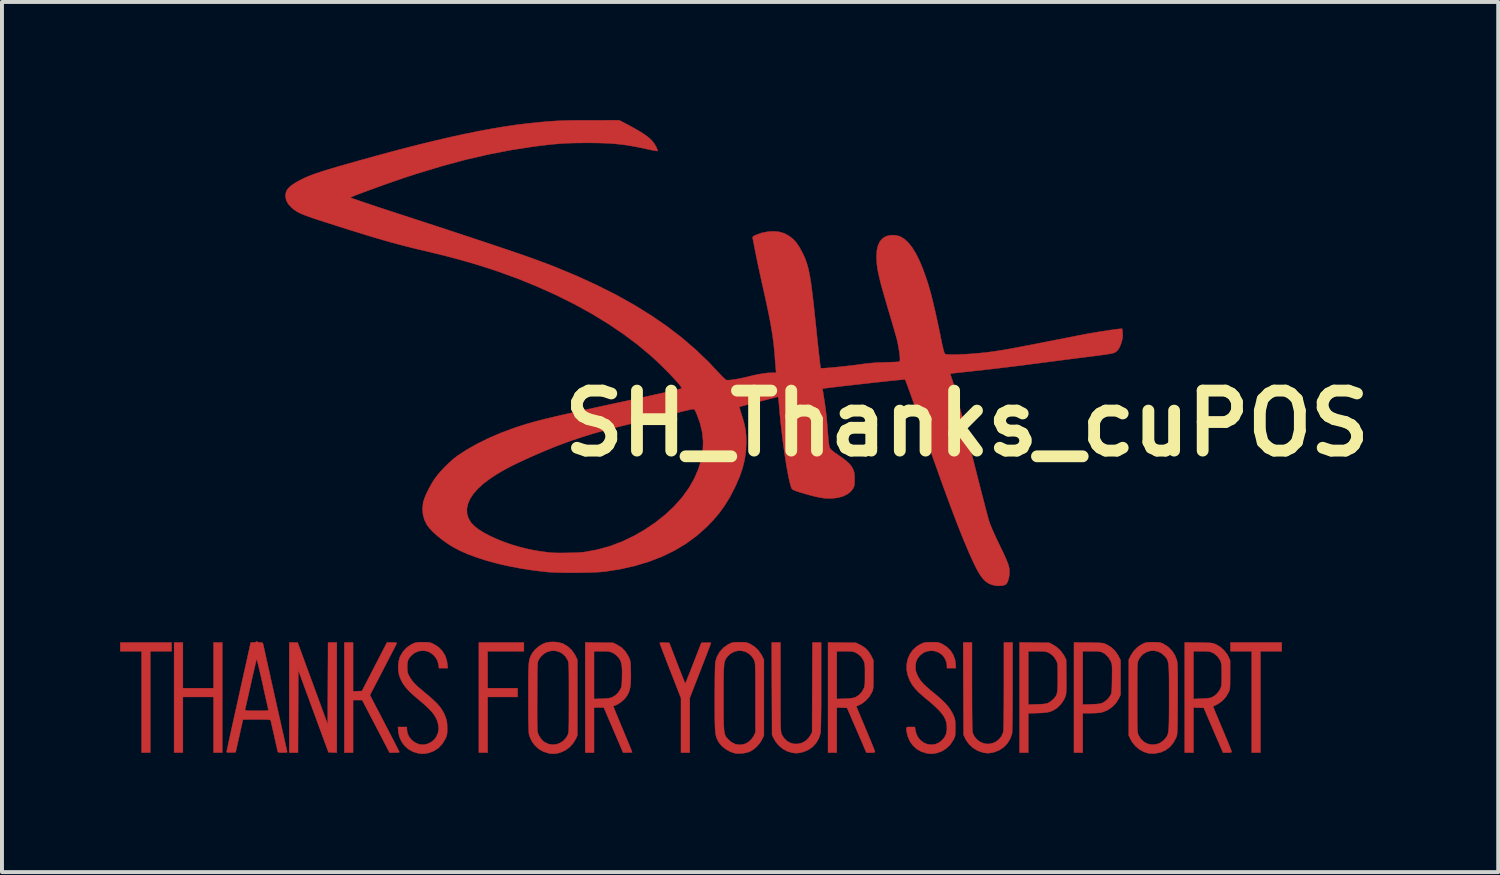
<source format=kicad_pcb>
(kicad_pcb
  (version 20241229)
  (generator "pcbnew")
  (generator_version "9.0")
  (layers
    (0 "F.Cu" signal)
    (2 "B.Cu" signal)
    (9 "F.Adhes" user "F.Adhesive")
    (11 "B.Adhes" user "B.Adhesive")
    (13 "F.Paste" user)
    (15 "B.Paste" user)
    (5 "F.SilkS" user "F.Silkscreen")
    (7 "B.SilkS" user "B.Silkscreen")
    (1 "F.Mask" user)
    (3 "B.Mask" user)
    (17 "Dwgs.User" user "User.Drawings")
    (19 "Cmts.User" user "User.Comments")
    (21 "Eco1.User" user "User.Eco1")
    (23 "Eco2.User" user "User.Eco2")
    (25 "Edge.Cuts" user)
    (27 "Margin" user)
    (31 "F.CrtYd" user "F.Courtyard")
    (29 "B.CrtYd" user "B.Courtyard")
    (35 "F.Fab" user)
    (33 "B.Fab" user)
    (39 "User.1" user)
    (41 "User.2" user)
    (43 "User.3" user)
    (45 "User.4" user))
  (footprint "SH_Thanks_cuPOS"
    (layer "F.Cu")
    (at 21.511 7.706)
    (property "Reference" "SH_Thanks_cuPOS" (at 0 0 0) (layer "F.SilkS") (effects (font (size 1.524 1.524) (thickness 0.3))))
    (attr through_hole)
    (fp_poly (pts (xy -20.202 5.786) (xy -20.743 5.786) (xy -20.743 8.361) (xy -20.965 8.361) (xy -20.965 5.786) (xy -21.506 5.786) (xy -21.506 5.563) (xy -20.202 5.563) (xy -20.202 5.786)) (stroke (width 0.01) (type solid)) (fill yes) (layer "F.Cu"))
    (fp_poly (pts (xy 7.995 5.786) (xy 7.455 5.786) (xy 7.455 8.361) (xy 7.232 8.361) (xy 7.232 5.786) (xy 6.692 5.786) (xy 6.692 5.563) (xy 7.995 5.563) (xy 7.995 5.786)) (stroke (width 0.01) (type solid)) (fill yes) (layer "F.Cu"))
    (fp_poly (pts (xy -11.254 5.786) (xy -12.175 5.786) (xy -12.175 6.724) (xy -11.413 6.724) (xy -11.413 6.946) (xy -12.175 6.946) (xy -12.175 8.361) (xy -12.398 8.361) (xy -12.398 5.563) (xy -11.254 5.563) (xy -11.254 5.786)) (stroke (width 0.01) (type solid)) (fill yes) (layer "F.Cu"))
    (fp_poly (pts (xy -19.916 6.724) (xy -19.137 6.724) (xy -19.137 5.563) (xy -18.915 5.563) (xy -18.915 8.361) (xy -19.137 8.361) (xy -19.137 6.946) (xy -19.916 6.946) (xy -19.916 8.361) (xy -20.139 8.361) (xy -20.139 5.563) (xy -19.916 5.563) (xy -19.916 6.724)) (stroke (width 0.01) (type solid)) (fill yes) (layer "F.Cu"))
    (fp_poly (pts (xy -16.006 8.362) (xy -16.218 8.353) (xy -16.601 7.31) (xy -16.984 6.268) (xy -16.992 8.361) (xy -17.214 8.361) (xy -17.214 5.563) (xy -17.107 5.563) (xy -17 5.564) (xy -16.618 6.604) (xy -16.237 7.644) (xy -16.233 6.603) (xy -16.228 5.563) (xy -16.006 5.563) (xy -16.006 8.362)) (stroke (width 0.01) (type solid)) (fill yes) (layer "F.Cu"))
    (fp_poly (pts (xy -15.593 6.804) (xy -15.48 6.8) (xy -15.368 6.795) (xy -14.732 5.563) (xy -14.604 5.563) (xy -14.541 5.564) (xy -14.504 5.567) (xy -14.487 5.573) (xy -14.485 5.585) (xy -14.487 5.591) (xy -14.497 5.611) (xy -14.519 5.655) (xy -14.553 5.722) (xy -14.598 5.808) (xy -14.651 5.911) (xy -14.711 6.027) (xy -14.776 6.153) (xy -14.831 6.259) (xy -15.164 6.9) (xy -14.791 7.617) (xy -14.718 7.757) (xy -14.65 7.888) (xy -14.588 8.008) (xy -14.533 8.114) (xy -14.488 8.204) (xy -14.452 8.274) (xy -14.428 8.322) (xy -14.417 8.346) (xy -14.417 8.348) (xy -14.431 8.354) (xy -14.47 8.358) (xy -14.525 8.361) (xy -14.541 8.361) (xy -14.666 8.361) (xy -15.014 7.694) (xy -15.362 7.026) (xy -15.593 7.026) (xy -15.593 8.361) (xy -15.815 8.361) (xy -15.815 5.563) (xy -15.593 5.563) (xy -15.593 6.804)) (stroke (width 0.01) (type solid)) (fill yes) (layer "F.Cu"))
    (fp_poly (pts (xy -6.523 5.568) (xy -6.502 5.572) (xy -6.501 5.573) (xy -6.507 5.59) (xy -6.523 5.633) (xy -6.548 5.7) (xy -6.582 5.788) (xy -6.622 5.894) (xy -6.669 6.014) (xy -6.72 6.146) (xy -6.771 6.278) (xy -7.041 6.97) (xy -7.041 8.361) (xy -7.264 8.361) (xy -7.264 6.978) (xy -7.534 6.285) (xy -7.589 6.145) (xy -7.64 6.013) (xy -7.686 5.893) (xy -7.726 5.788) (xy -7.759 5.701) (xy -7.784 5.635) (xy -7.8 5.593) (xy -7.804 5.577) (xy -7.79 5.57) (xy -7.749 5.566) (xy -7.688 5.566) (xy -7.683 5.567) (xy -7.561 5.571) (xy -7.361 6.091) (xy -7.315 6.211) (xy -7.271 6.321) (xy -7.233 6.418) (xy -7.2 6.498) (xy -7.175 6.557) (xy -7.159 6.593) (xy -7.153 6.602) (xy -7.146 6.586) (xy -7.128 6.544) (xy -7.102 6.479) (xy -7.068 6.394) (xy -7.028 6.294) (xy -6.984 6.181) (xy -6.946 6.083) (xy -6.747 5.571) (xy -6.624 5.567) (xy -6.566 5.566) (xy -6.523 5.568)) (stroke (width 0.01) (type solid)) (fill yes) (layer "F.Cu"))
    (fp_poly (pts (xy -4.736 6.696) (xy -4.736 6.913) (xy -4.736 7.101) (xy -4.736 7.261) (xy -4.735 7.397) (xy -4.734 7.51) (xy -4.733 7.603) (xy -4.732 7.678) (xy -4.73 7.737) (xy -4.727 7.783) (xy -4.724 7.819) (xy -4.721 7.845) (xy -4.716 7.865) (xy -4.711 7.882) (xy -4.705 7.896) (xy -4.704 7.9) (xy -4.645 7.996) (xy -4.57 8.067) (xy -4.483 8.115) (xy -4.388 8.139) (xy -4.291 8.139) (xy -4.195 8.115) (xy -4.105 8.067) (xy -4.027 7.994) (xy -3.969 7.91) (xy -3.934 7.844) (xy -3.93 6.704) (xy -3.925 5.563) (xy -3.704 5.563) (xy -3.704 6.675) (xy -3.704 6.931) (xy -3.704 7.155) (xy -3.706 7.348) (xy -3.708 7.511) (xy -3.71 7.644) (xy -3.713 7.746) (xy -3.716 7.819) (xy -3.72 7.863) (xy -3.721 7.871) (xy -3.764 8.003) (xy -3.833 8.12) (xy -3.925 8.218) (xy -4.036 8.295) (xy -4.163 8.346) (xy -4.22 8.359) (xy -4.284 8.37) (xy -4.334 8.374) (xy -4.384 8.371) (xy -4.449 8.361) (xy -4.452 8.36) (xy -4.567 8.326) (xy -4.678 8.265) (xy -4.778 8.182) (xy -4.861 8.082) (xy -4.908 7.999) (xy -4.951 7.908) (xy -4.956 6.735) (xy -4.96 5.563) (xy -4.737 5.563) (xy -4.736 6.696)) (stroke (width 0.01) (type solid)) (fill yes) (layer "F.Cu"))
    (fp_poly (pts (xy 0.127 6.68) (xy 0.128 6.922) (xy 0.128 7.139) (xy 0.129 7.328) (xy 0.131 7.49) (xy 0.133 7.624) (xy 0.136 7.728) (xy 0.139 7.802) (xy 0.142 7.846) (xy 0.144 7.856) (xy 0.185 7.946) (xy 0.25 8.025) (xy 0.333 8.087) (xy 0.428 8.128) (xy 0.524 8.142) (xy 0.63 8.129) (xy 0.729 8.088) (xy 0.813 8.024) (xy 0.879 7.942) (xy 0.92 7.845) (xy 0.921 7.841) (xy 0.925 7.809) (xy 0.928 7.746) (xy 0.931 7.652) (xy 0.933 7.527) (xy 0.935 7.372) (xy 0.937 7.188) (xy 0.937 6.974) (xy 0.938 6.731) (xy 0.938 6.669) (xy 0.938 5.563) (xy 1.16 5.563) (xy 1.16 6.688) (xy 1.16 6.908) (xy 1.159 7.111) (xy 1.158 7.294) (xy 1.156 7.455) (xy 1.154 7.594) (xy 1.152 7.707) (xy 1.15 7.794) (xy 1.147 7.853) (xy 1.144 7.881) (xy 1.098 8.01) (xy 1.027 8.125) (xy 0.933 8.223) (xy 0.821 8.298) (xy 0.695 8.348) (xy 0.645 8.359) (xy 0.578 8.37) (xy 0.527 8.374) (xy 0.478 8.37) (xy 0.416 8.359) (xy 0.397 8.355) (xy 0.271 8.312) (xy 0.155 8.241) (xy 0.054 8.149) (xy -0.025 8.038) (xy -0.045 7.999) (xy -0.087 7.908) (xy -0.092 6.735) (xy -0.096 5.563) (xy 0.127 5.563) (xy 0.127 6.68)) (stroke (width 0.01) (type solid)) (fill yes) (layer "F.Cu"))
    (fp_poly (pts (xy 3.088 5.566) (xy 3.206 5.568) (xy 3.297 5.57) (xy 3.365 5.572) (xy 3.416 5.576) (xy 3.455 5.581) (xy 3.486 5.588) (xy 3.513 5.598) (xy 3.542 5.611) (xy 3.548 5.614) (xy 3.662 5.684) (xy 3.762 5.778) (xy 3.839 5.889) (xy 3.851 5.911) (xy 3.902 6.016) (xy 3.902 6.89) (xy 3.86 6.981) (xy 3.789 7.096) (xy 3.695 7.195) (xy 3.582 7.274) (xy 3.458 7.328) (xy 3.405 7.342) (xy 3.354 7.349) (xy 3.282 7.355) (xy 3.199 7.358) (xy 3.131 7.359) (xy 2.941 7.359) (xy 2.941 8.361) (xy 2.718 8.361) (xy 2.718 7.14) (xy 2.941 7.14) (xy 3.159 7.134) (xy 3.274 7.128) (xy 3.359 7.12) (xy 3.417 7.108) (xy 3.434 7.102) (xy 3.514 7.054) (xy 3.588 6.987) (xy 3.643 6.911) (xy 3.645 6.908) (xy 3.656 6.885) (xy 3.665 6.86) (xy 3.671 6.83) (xy 3.676 6.789) (xy 3.679 6.733) (xy 3.682 6.657) (xy 3.684 6.556) (xy 3.685 6.481) (xy 3.686 6.364) (xy 3.687 6.275) (xy 3.686 6.207) (xy 3.684 6.157) (xy 3.68 6.12) (xy 3.673 6.091) (xy 3.664 6.065) (xy 3.652 6.037) (xy 3.652 6.036) (xy 3.592 5.938) (xy 3.515 5.861) (xy 3.442 5.815) (xy 3.408 5.803) (xy 3.368 5.795) (xy 3.314 5.789) (xy 3.241 5.787) (xy 3.159 5.786) (xy 2.941 5.786) (xy 2.941 7.14) (xy 2.718 7.14) (xy 2.718 5.562) (xy 3.088 5.566)) (stroke (width 0.01) (type solid)) (fill yes) (layer "F.Cu"))
    (fp_poly (pts (xy 1.713 5.566) (xy 2.09 5.571) (xy 2.182 5.618) (xy 2.289 5.688) (xy 2.385 5.78) (xy 2.461 5.886) (xy 2.473 5.908) (xy 2.519 6) (xy 2.525 6.406) (xy 2.526 6.565) (xy 2.525 6.695) (xy 2.521 6.796) (xy 2.516 6.867) (xy 2.512 6.894) (xy 2.481 6.981) (xy 2.429 7.072) (xy 2.363 7.156) (xy 2.291 7.223) (xy 2.288 7.225) (xy 2.223 7.269) (xy 2.162 7.302) (xy 2.098 7.325) (xy 2.023 7.34) (xy 1.931 7.35) (xy 1.814 7.355) (xy 1.8 7.356) (xy 1.558 7.363) (xy 1.558 8.361) (xy 1.335 8.361) (xy 1.335 7.141) (xy 1.558 7.141) (xy 1.784 7.134) (xy 1.879 7.13) (xy 1.948 7.125) (xy 1.999 7.119) (xy 2.037 7.109) (xy 2.068 7.096) (xy 2.074 7.093) (xy 2.125 7.061) (xy 2.177 7.018) (xy 2.197 6.999) (xy 2.229 6.964) (xy 2.254 6.931) (xy 2.273 6.895) (xy 2.287 6.852) (xy 2.296 6.797) (xy 2.301 6.726) (xy 2.304 6.634) (xy 2.305 6.517) (xy 2.305 6.457) (xy 2.305 6.34) (xy 2.304 6.251) (xy 2.303 6.183) (xy 2.3 6.134) (xy 2.295 6.097) (xy 2.288 6.068) (xy 2.279 6.043) (xy 2.266 6.016) (xy 2.264 6.012) (xy 2.203 5.919) (xy 2.12 5.849) (xy 2.058 5.815) (xy 2.025 5.803) (xy 1.985 5.795) (xy 1.931 5.789) (xy 1.857 5.787) (xy 1.776 5.786) (xy 1.558 5.786) (xy 1.558 7.141) (xy 1.335 7.141) (xy 1.335 5.561) (xy 1.713 5.566)) (stroke (width 0.01) (type solid)) (fill yes) (layer "F.Cu"))
    (fp_poly (pts (xy -3.175 5.566) (xy -2.821 5.571) (xy -2.718 5.62) (xy -2.652 5.657) (xy -2.587 5.703) (xy -2.545 5.74) (xy -2.5 5.793) (xy -2.455 5.859) (xy -2.425 5.913) (xy -2.376 6.016) (xy -2.376 6.382) (xy -2.376 6.499) (xy -2.377 6.589) (xy -2.378 6.657) (xy -2.381 6.707) (xy -2.386 6.745) (xy -2.393 6.775) (xy -2.402 6.802) (xy -2.415 6.83) (xy -2.419 6.838) (xy -2.486 6.948) (xy -2.575 7.045) (xy -2.679 7.122) (xy -2.711 7.138) (xy -2.81 7.187) (xy -2.746 7.341) (xy -2.722 7.397) (xy -2.689 7.478) (xy -2.648 7.576) (xy -2.602 7.686) (xy -2.553 7.802) (xy -2.509 7.907) (xy -2.464 8.015) (xy -2.424 8.113) (xy -2.389 8.199) (xy -2.362 8.268) (xy -2.344 8.316) (xy -2.337 8.339) (xy -2.337 8.34) (xy -2.347 8.352) (xy -2.381 8.359) (xy -2.443 8.361) (xy -2.446 8.361) (xy -2.555 8.361) (xy -2.8 7.792) (xy -3.046 7.224) (xy -3.176 7.22) (xy -3.306 7.215) (xy -3.306 8.361) (xy -3.529 8.361) (xy -3.529 6.998) (xy -3.306 6.998) (xy -3.103 6.99) (xy -2.997 6.985) (xy -2.917 6.976) (xy -2.86 6.964) (xy -2.837 6.956) (xy -2.748 6.901) (xy -2.672 6.821) (xy -2.629 6.747) (xy -2.615 6.717) (xy -2.605 6.687) (xy -2.599 6.653) (xy -2.594 6.609) (xy -2.592 6.548) (xy -2.591 6.466) (xy -2.591 6.381) (xy -2.591 6.278) (xy -2.592 6.202) (xy -2.595 6.145) (xy -2.599 6.104) (xy -2.606 6.072) (xy -2.617 6.044) (xy -2.631 6.013) (xy -2.632 6.012) (xy -2.693 5.919) (xy -2.775 5.849) (xy -2.837 5.815) (xy -2.873 5.802) (xy -2.916 5.794) (xy -2.973 5.789) (xy -3.052 5.786) (xy -3.103 5.786) (xy -3.306 5.786) (xy -3.306 6.998) (xy -3.529 6.998) (xy -3.529 5.562) (xy -3.175 5.566)) (stroke (width 0.01) (type solid)) (fill yes) (layer "F.Cu"))
    (fp_poly (pts (xy -8.988 5.571) (xy -8.883 5.623) (xy -8.769 5.695) (xy -8.676 5.791) (xy -8.601 5.911) (xy -8.594 5.926) (xy -8.576 5.965) (xy -8.563 5.998) (xy -8.554 6.033) (xy -8.548 6.073) (xy -8.544 6.127) (xy -8.541 6.199) (xy -8.538 6.296) (xy -8.538 6.316) (xy -8.537 6.464) (xy -8.541 6.585) (xy -8.551 6.685) (xy -8.569 6.769) (xy -8.595 6.842) (xy -8.631 6.908) (xy -8.677 6.974) (xy -8.684 6.982) (xy -8.731 7.03) (xy -8.792 7.08) (xy -8.857 7.123) (xy -8.915 7.154) (xy -8.938 7.161) (xy -8.969 7.174) (xy -8.981 7.186) (xy -8.975 7.203) (xy -8.958 7.247) (xy -8.931 7.313) (xy -8.896 7.399) (xy -8.854 7.501) (xy -8.807 7.616) (xy -8.755 7.741) (xy -8.742 7.77) (xy -8.689 7.897) (xy -8.641 8.014) (xy -8.597 8.119) (xy -8.561 8.208) (xy -8.532 8.279) (xy -8.513 8.327) (xy -8.504 8.349) (xy -8.504 8.351) (xy -8.518 8.356) (xy -8.557 8.359) (xy -8.611 8.36) (xy -8.619 8.36) (xy -8.734 8.36) (xy -8.979 7.788) (xy -9.224 7.216) (xy -9.473 7.216) (xy -9.473 8.361) (xy -9.696 8.361) (xy -9.696 6.998) (xy -9.473 6.998) (xy -9.271 6.991) (xy -9.173 6.986) (xy -9.102 6.979) (xy -9.051 6.969) (xy -9.014 6.955) (xy -9.012 6.955) (xy -8.928 6.904) (xy -8.865 6.845) (xy -8.814 6.77) (xy -8.814 6.769) (xy -8.796 6.736) (xy -8.783 6.706) (xy -8.774 6.674) (xy -8.769 6.633) (xy -8.765 6.577) (xy -8.762 6.5) (xy -8.761 6.427) (xy -8.759 6.3) (xy -8.763 6.2) (xy -8.772 6.12) (xy -8.789 6.055) (xy -8.813 6.001) (xy -8.847 5.95) (xy -8.864 5.93) (xy -8.915 5.881) (xy -8.977 5.838) (xy -9.004 5.823) (xy -9.042 5.807) (xy -9.08 5.796) (xy -9.125 5.79) (xy -9.186 5.787) (xy -9.269 5.786) (xy -9.279 5.786) (xy -9.473 5.786) (xy -9.473 6.998) (xy -9.696 6.998) (xy -9.696 5.561) (xy -8.988 5.571)) (stroke (width 0.01) (type solid)) (fill yes) (layer "F.Cu"))
    (fp_poly (pts (xy 5.885 5.566) (xy 6 5.568) (xy 6.088 5.57) (xy 6.155 5.572) (xy 6.204 5.576) (xy 6.242 5.582) (xy 6.272 5.59) (xy 6.301 5.601) (xy 6.332 5.615) (xy 6.334 5.616) (xy 6.438 5.679) (xy 6.533 5.765) (xy 6.609 5.864) (xy 6.639 5.919) (xy 6.684 6.016) (xy 6.684 6.382) (xy 6.684 6.499) (xy 6.683 6.589) (xy 6.682 6.657) (xy 6.679 6.707) (xy 6.674 6.745) (xy 6.667 6.775) (xy 6.658 6.802) (xy 6.645 6.83) (xy 6.641 6.838) (xy 6.574 6.948) (xy 6.484 7.046) (xy 6.38 7.122) (xy 6.349 7.138) (xy 6.25 7.187) (xy 6.326 7.373) (xy 6.355 7.441) (xy 6.393 7.531) (xy 6.437 7.638) (xy 6.485 7.753) (xy 6.535 7.871) (xy 6.563 7.939) (xy 6.607 8.043) (xy 6.645 8.137) (xy 6.678 8.218) (xy 6.703 8.282) (xy 6.719 8.324) (xy 6.724 8.341) (xy 6.712 8.352) (xy 6.675 8.359) (xy 6.614 8.361) (xy 6.504 8.361) (xy 6.43 8.19) (xy 6.403 8.127) (xy 6.366 8.042) (xy 6.322 7.94) (xy 6.273 7.827) (xy 6.223 7.71) (xy 6.185 7.622) (xy 6.015 7.224) (xy 5.884 7.22) (xy 5.754 7.215) (xy 5.754 8.361) (xy 5.531 8.361) (xy 5.531 6.998) (xy 5.754 6.998) (xy 5.957 6.99) (xy 6.072 6.984) (xy 6.157 6.974) (xy 6.212 6.96) (xy 6.216 6.959) (xy 6.302 6.907) (xy 6.377 6.833) (xy 6.432 6.747) (xy 6.445 6.717) (xy 6.455 6.687) (xy 6.461 6.652) (xy 6.466 6.607) (xy 6.468 6.545) (xy 6.469 6.462) (xy 6.469 6.381) (xy 6.469 6.278) (xy 6.468 6.202) (xy 6.466 6.145) (xy 6.461 6.104) (xy 6.454 6.072) (xy 6.444 6.044) (xy 6.429 6.013) (xy 6.428 6.012) (xy 6.367 5.919) (xy 6.285 5.849) (xy 6.223 5.815) (xy 6.188 5.802) (xy 6.145 5.794) (xy 6.087 5.789) (xy 6.008 5.786) (xy 5.957 5.786) (xy 5.754 5.786) (xy 5.754 6.998) (xy 5.531 6.998) (xy 5.531 5.562) (xy 5.885 5.566)) (stroke (width 0.01) (type solid)) (fill yes) (layer "F.Cu"))
    (fp_poly (pts (xy -5.697 5.556) (xy -5.639 5.559) (xy -5.594 5.567) (xy -5.553 5.58) (xy -5.512 5.598) (xy -5.398 5.668) (xy -5.298 5.762) (xy -5.221 5.873) (xy -5.209 5.895) (xy -5.158 6) (xy -5.158 7.924) (xy -5.204 8.023) (xy -5.258 8.113) (xy -5.332 8.2) (xy -5.418 8.275) (xy -5.507 8.33) (xy -5.537 8.343) (xy -5.633 8.369) (xy -5.737 8.383) (xy -5.838 8.384) (xy -5.894 8.376) (xy -6.01 8.339) (xy -6.121 8.278) (xy -6.219 8.2) (xy -6.296 8.11) (xy -6.325 8.061) (xy -6.342 8.027) (xy -6.356 7.994) (xy -6.368 7.959) (xy -6.378 7.921) (xy -6.386 7.875) (xy -6.393 7.819) (xy -6.397 7.75) (xy -6.401 7.666) (xy -6.403 7.563) (xy -6.405 7.439) (xy -6.405 7.291) (xy -6.406 7.116) (xy -6.406 6.977) (xy -6.406 6.943) (xy -6.183 6.943) (xy -6.183 6.962) (xy -6.183 7.158) (xy -6.183 7.324) (xy -6.182 7.465) (xy -6.18 7.581) (xy -6.177 7.677) (xy -6.172 7.754) (xy -6.166 7.816) (xy -6.157 7.866) (xy -6.147 7.905) (xy -6.133 7.937) (xy -6.117 7.964) (xy -6.097 7.989) (xy -6.074 8.015) (xy -6.068 8.022) (xy -5.978 8.099) (xy -5.88 8.146) (xy -5.777 8.163) (xy -5.669 8.148) (xy -5.618 8.13) (xy -5.545 8.087) (xy -5.476 8.022) (xy -5.421 7.946) (xy -5.41 7.924) (xy -5.373 7.844) (xy -5.373 6.962) (xy -5.373 6.771) (xy -5.373 6.609) (xy -5.374 6.474) (xy -5.375 6.363) (xy -5.376 6.273) (xy -5.378 6.201) (xy -5.38 6.146) (xy -5.383 6.104) (xy -5.387 6.072) (xy -5.391 6.048) (xy -5.396 6.03) (xy -5.402 6.016) (xy -5.461 5.92) (xy -5.538 5.847) (xy -5.627 5.798) (xy -5.723 5.773) (xy -5.823 5.773) (xy -5.921 5.8) (xy -6.012 5.852) (xy -6.077 5.914) (xy -6.099 5.941) (xy -6.118 5.966) (xy -6.134 5.993) (xy -6.147 6.024) (xy -6.158 6.062) (xy -6.166 6.109) (xy -6.172 6.169) (xy -6.177 6.245) (xy -6.18 6.338) (xy -6.182 6.451) (xy -6.183 6.588) (xy -6.183 6.751) (xy -6.183 6.943) (xy -6.406 6.943) (xy -6.405 6.791) (xy -6.404 6.621) (xy -6.403 6.468) (xy -6.401 6.335) (xy -6.398 6.224) (xy -6.396 6.138) (xy -6.392 6.079) (xy -6.39 6.054) (xy -6.349 5.922) (xy -6.281 5.803) (xy -6.189 5.7) (xy -6.076 5.619) (xy -6.047 5.603) (xy -6.003 5.582) (xy -5.964 5.568) (xy -5.923 5.56) (xy -5.871 5.556) (xy -5.797 5.555) (xy -5.778 5.555) (xy -5.697 5.556)) (stroke (width 0.01) (type solid)) (fill yes) (layer "F.Cu"))
    (fp_poly (pts (xy -10.371 5.561) (xy -10.268 5.59) (xy -10.249 5.598) (xy -10.135 5.668) (xy -10.036 5.761) (xy -9.958 5.872) (xy -9.946 5.895) (xy -9.895 6) (xy -9.895 7.924) (xy -9.937 8.015) (xy -10.008 8.13) (xy -10.101 8.229) (xy -10.212 8.308) (xy -10.334 8.361) (xy -10.397 8.377) (xy -10.472 8.388) (xy -10.537 8.389) (xy -10.609 8.38) (xy -10.631 8.375) (xy -10.761 8.334) (xy -10.878 8.267) (xy -10.977 8.176) (xy -11.056 8.067) (xy -11.11 7.942) (xy -11.125 7.887) (xy -11.129 7.847) (xy -11.133 7.776) (xy -11.136 7.674) (xy -11.139 7.541) (xy -11.141 7.378) (xy -11.141 7.326) (xy -10.917 7.326) (xy -10.917 7.486) (xy -10.915 7.618) (xy -10.913 7.722) (xy -10.91 7.796) (xy -10.906 7.84) (xy -10.905 7.849) (xy -10.874 7.925) (xy -10.824 8.002) (xy -10.767 8.066) (xy -10.737 8.089) (xy -10.635 8.14) (xy -10.529 8.16) (xy -10.421 8.148) (xy -10.33 8.113) (xy -10.239 8.05) (xy -10.168 7.962) (xy -10.139 7.908) (xy -10.133 7.892) (xy -10.127 7.874) (xy -10.123 7.85) (xy -10.119 7.817) (xy -10.116 7.774) (xy -10.114 7.718) (xy -10.112 7.645) (xy -10.111 7.553) (xy -10.111 7.44) (xy -10.11 7.303) (xy -10.11 7.139) (xy -10.11 6.962) (xy -10.11 6.771) (xy -10.11 6.609) (xy -10.111 6.474) (xy -10.111 6.363) (xy -10.113 6.273) (xy -10.114 6.201) (xy -10.117 6.146) (xy -10.12 6.104) (xy -10.123 6.072) (xy -10.128 6.049) (xy -10.133 6.03) (xy -10.139 6.016) (xy -10.197 5.919) (xy -10.276 5.846) (xy -10.335 5.811) (xy -10.437 5.777) (xy -10.541 5.772) (xy -10.642 5.794) (xy -10.737 5.843) (xy -10.818 5.915) (xy -10.877 6) (xy -10.885 6.015) (xy -10.891 6.03) (xy -10.897 6.049) (xy -10.901 6.074) (xy -10.904 6.108) (xy -10.907 6.153) (xy -10.91 6.213) (xy -10.911 6.289) (xy -10.913 6.386) (xy -10.914 6.504) (xy -10.915 6.647) (xy -10.916 6.818) (xy -10.916 6.926) (xy -10.917 7.139) (xy -10.917 7.326) (xy -11.141 7.326) (xy -11.142 7.185) (xy -11.142 6.962) (xy -11.142 6.957) (xy -11.142 6.758) (xy -11.142 6.589) (xy -11.141 6.446) (xy -11.139 6.326) (xy -11.136 6.226) (xy -11.132 6.145) (xy -11.126 6.079) (xy -11.119 6.025) (xy -11.109 5.98) (xy -11.097 5.942) (xy -11.082 5.907) (xy -11.065 5.874) (xy -11.044 5.839) (xy -11.041 5.833) (xy -10.975 5.748) (xy -10.887 5.67) (xy -10.79 5.608) (xy -10.708 5.573) (xy -10.603 5.552) (xy -10.486 5.548) (xy -10.371 5.561)) (stroke (width 0.01) (type solid)) (fill yes) (layer "F.Cu"))
    (fp_poly (pts (xy -13.742 5.556) (xy -13.685 5.559) (xy -13.642 5.566) (xy -13.602 5.578) (xy -13.558 5.598) (xy -13.539 5.607) (xy -13.421 5.682) (xy -13.327 5.778) (xy -13.256 5.893) (xy -13.212 6.025) (xy -13.198 6.115) (xy -13.188 6.215) (xy -13.411 6.215) (xy -13.42 6.137) (xy -13.448 6.027) (xy -13.505 5.932) (xy -13.557 5.876) (xy -13.64 5.815) (xy -13.727 5.781) (xy -13.826 5.77) (xy -13.827 5.77) (xy -13.935 5.785) (xy -14.032 5.829) (xy -14.104 5.887) (xy -14.157 5.946) (xy -14.191 6.001) (xy -14.21 6.062) (xy -14.217 6.139) (xy -14.218 6.183) (xy -14.216 6.256) (xy -14.21 6.309) (xy -14.197 6.355) (xy -14.174 6.405) (xy -14.172 6.408) (xy -14.133 6.476) (xy -14.085 6.543) (xy -14.022 6.613) (xy -13.942 6.69) (xy -13.841 6.777) (xy -13.776 6.831) (xy -13.645 6.941) (xy -13.537 7.038) (xy -13.45 7.125) (xy -13.381 7.206) (xy -13.326 7.286) (xy -13.282 7.367) (xy -13.246 7.453) (xy -13.243 7.461) (xy -13.223 7.524) (xy -13.21 7.583) (xy -13.204 7.65) (xy -13.202 7.737) (xy -13.202 7.741) (xy -13.202 7.818) (xy -13.205 7.874) (xy -13.213 7.918) (xy -13.227 7.96) (xy -13.249 8.009) (xy -13.251 8.014) (xy -13.326 8.138) (xy -13.421 8.24) (xy -13.534 8.316) (xy -13.662 8.365) (xy -13.708 8.375) (xy -13.772 8.386) (xy -13.821 8.39) (xy -13.869 8.387) (xy -13.933 8.378) (xy -13.945 8.376) (xy -14.07 8.339) (xy -14.183 8.276) (xy -14.281 8.191) (xy -14.359 8.087) (xy -14.414 7.968) (xy -14.443 7.84) (xy -14.445 7.819) (xy -14.453 7.709) (xy -14.226 7.709) (xy -14.226 7.777) (xy -14.21 7.874) (xy -14.167 7.964) (xy -14.101 8.043) (xy -14.017 8.106) (xy -13.918 8.147) (xy -13.884 8.155) (xy -13.786 8.159) (xy -13.688 8.134) (xy -13.597 8.086) (xy -13.52 8.017) (xy -13.48 7.96) (xy -13.435 7.858) (xy -13.419 7.756) (xy -13.429 7.648) (xy -13.452 7.562) (xy -13.486 7.481) (xy -13.534 7.4) (xy -13.599 7.318) (xy -13.684 7.229) (xy -13.79 7.131) (xy -13.921 7.02) (xy -13.924 7.018) (xy -14.056 6.906) (xy -14.164 6.805) (xy -14.25 6.711) (xy -14.317 6.621) (xy -14.369 6.53) (xy -14.409 6.434) (xy -14.425 6.383) (xy -14.444 6.278) (xy -14.448 6.161) (xy -14.435 6.046) (xy -14.408 5.943) (xy -14.394 5.91) (xy -14.321 5.79) (xy -14.227 5.69) (xy -14.115 5.614) (xy -14.102 5.607) (xy -14.053 5.584) (xy -14.013 5.569) (xy -13.972 5.561) (xy -13.921 5.556) (xy -13.851 5.555) (xy -13.821 5.555) (xy -13.742 5.556)) (stroke (width 0.01) (type solid)) (fill yes) (layer "F.Cu"))
    (fp_poly (pts (xy -0.818 5.556) (xy -0.761 5.559) (xy -0.718 5.566) (xy -0.679 5.579) (xy -0.635 5.598) (xy -0.628 5.602) (xy -0.51 5.676) (xy -0.415 5.771) (xy -0.345 5.882) (xy -0.302 6.008) (xy -0.289 6.099) (xy -0.282 6.215) (xy -0.509 6.215) (xy -0.509 6.143) (xy -0.521 6.064) (xy -0.555 5.981) (xy -0.604 5.906) (xy -0.63 5.878) (xy -0.717 5.817) (xy -0.815 5.781) (xy -0.918 5.772) (xy -1.021 5.788) (xy -1.116 5.83) (xy -1.199 5.897) (xy -1.206 5.905) (xy -1.261 5.98) (xy -1.294 6.056) (xy -1.307 6.145) (xy -1.307 6.189) (xy -1.304 6.254) (xy -1.294 6.308) (xy -1.272 6.365) (xy -1.25 6.412) (xy -1.212 6.481) (xy -1.166 6.546) (xy -1.108 6.612) (xy -1.033 6.684) (xy -0.939 6.766) (xy -0.879 6.815) (xy -0.745 6.926) (xy -0.635 7.025) (xy -0.545 7.113) (xy -0.473 7.196) (xy -0.415 7.278) (xy -0.368 7.36) (xy -0.337 7.426) (xy -0.32 7.471) (xy -0.308 7.511) (xy -0.3 7.555) (xy -0.296 7.61) (xy -0.295 7.686) (xy -0.294 7.733) (xy -0.295 7.818) (xy -0.296 7.879) (xy -0.301 7.924) (xy -0.309 7.959) (xy -0.323 7.993) (xy -0.343 8.034) (xy -0.345 8.037) (xy -0.424 8.157) (xy -0.524 8.254) (xy -0.641 8.327) (xy -0.771 8.372) (xy -0.793 8.376) (xy -0.868 8.388) (xy -0.931 8.389) (xy -1 8.381) (xy -1.033 8.375) (xy -1.163 8.334) (xy -1.279 8.267) (xy -1.377 8.176) (xy -1.454 8.066) (xy -1.507 7.94) (xy -1.526 7.857) (xy -1.538 7.788) (xy -1.541 7.745) (xy -1.532 7.721) (xy -1.509 7.711) (xy -1.466 7.709) (xy -1.432 7.709) (xy -1.323 7.709) (xy -1.312 7.785) (xy -1.283 7.897) (xy -1.23 7.991) (xy -1.177 8.048) (xy -1.094 8.111) (xy -1.01 8.146) (xy -0.917 8.159) (xy -0.906 8.159) (xy -0.807 8.148) (xy -0.72 8.112) (xy -0.639 8.052) (xy -0.57 7.973) (xy -0.528 7.884) (xy -0.51 7.778) (xy -0.509 7.742) (xy -0.513 7.661) (xy -0.526 7.586) (xy -0.55 7.514) (xy -0.587 7.442) (xy -0.64 7.367) (xy -0.71 7.287) (xy -0.8 7.198) (xy -0.911 7.098) (xy -1.046 6.985) (xy -1.1 6.941) (xy -1.22 6.836) (xy -1.315 6.737) (xy -1.391 6.637) (xy -1.452 6.53) (xy -1.455 6.525) (xy -1.507 6.388) (xy -1.532 6.249) (xy -1.53 6.112) (xy -1.502 5.981) (xy -1.45 5.86) (xy -1.374 5.753) (xy -1.277 5.663) (xy -1.17 5.6) (xy -1.123 5.58) (xy -1.082 5.567) (xy -1.037 5.559) (xy -0.979 5.556) (xy -0.898 5.555) (xy -0.898 5.555) (xy -0.818 5.556)) (stroke (width 0.01) (type solid)) (fill yes) (layer "F.Cu"))
    (fp_poly (pts (xy 4.809 5.556) (xy 4.866 5.559) (xy 4.909 5.566) (xy 4.948 5.579) (xy 4.992 5.598) (xy 4.996 5.601) (xy 5.111 5.674) (xy 5.207 5.771) (xy 5.282 5.886) (xy 5.331 6.015) (xy 5.341 6.059) (xy 5.345 6.099) (xy 5.348 6.169) (xy 5.351 6.269) (xy 5.353 6.397) (xy 5.354 6.554) (xy 5.354 6.737) (xy 5.354 6.945) (xy 5.353 7.021) (xy 5.352 7.209) (xy 5.351 7.369) (xy 5.35 7.502) (xy 5.349 7.612) (xy 5.347 7.7) (xy 5.345 7.771) (xy 5.343 7.826) (xy 5.34 7.868) (xy 5.336 7.901) (xy 5.331 7.926) (xy 5.325 7.947) (xy 5.318 7.966) (xy 5.314 7.977) (xy 5.245 8.108) (xy 5.155 8.215) (xy 5.048 8.297) (xy 4.923 8.353) (xy 4.784 8.382) (xy 4.775 8.382) (xy 4.707 8.385) (xy 4.639 8.381) (xy 4.608 8.377) (xy 4.491 8.341) (xy 4.378 8.278) (xy 4.278 8.193) (xy 4.195 8.092) (xy 4.152 8.015) (xy 4.109 7.924) (xy 4.109 6.962) (xy 4.324 6.962) (xy 4.324 7.152) (xy 4.324 7.313) (xy 4.325 7.447) (xy 4.325 7.558) (xy 4.327 7.648) (xy 4.328 7.719) (xy 4.33 7.774) (xy 4.333 7.817) (xy 4.337 7.848) (xy 4.341 7.873) (xy 4.347 7.892) (xy 4.353 7.908) (xy 4.356 7.916) (xy 4.416 8.013) (xy 4.495 8.087) (xy 4.587 8.136) (xy 4.689 8.158) (xy 4.797 8.152) (xy 4.888 8.123) (xy 4.934 8.095) (xy 4.986 8.054) (xy 5.018 8.023) (xy 5.042 7.996) (xy 5.063 7.971) (xy 5.08 7.944) (xy 5.094 7.913) (xy 5.106 7.876) (xy 5.115 7.83) (xy 5.122 7.771) (xy 5.127 7.698) (xy 5.13 7.607) (xy 5.132 7.496) (xy 5.133 7.362) (xy 5.134 7.202) (xy 5.134 7.014) (xy 5.134 6.962) (xy 5.134 6.767) (xy 5.134 6.602) (xy 5.133 6.463) (xy 5.131 6.347) (xy 5.128 6.252) (xy 5.124 6.176) (xy 5.117 6.114) (xy 5.109 6.066) (xy 5.099 6.027) (xy 5.086 5.995) (xy 5.071 5.968) (xy 5.052 5.943) (xy 5.03 5.917) (xy 5.028 5.914) (xy 4.946 5.84) (xy 4.853 5.792) (xy 4.754 5.771) (xy 4.655 5.776) (xy 4.559 5.806) (xy 4.472 5.86) (xy 4.399 5.938) (xy 4.353 6.016) (xy 4.347 6.032) (xy 4.342 6.05) (xy 4.337 6.074) (xy 4.334 6.106) (xy 4.331 6.15) (xy 4.328 6.206) (xy 4.327 6.279) (xy 4.326 6.371) (xy 4.325 6.484) (xy 4.324 6.621) (xy 4.324 6.785) (xy 4.324 6.962) (xy 4.109 6.962) (xy 4.109 6) (xy 4.16 5.895) (xy 4.233 5.782) (xy 4.329 5.684) (xy 4.441 5.609) (xy 4.463 5.598) (xy 4.507 5.579) (xy 4.548 5.566) (xy 4.593 5.559) (xy 4.653 5.556) (xy 4.729 5.555) (xy 4.809 5.556)) (stroke (width 0.01) (type solid)) (fill yes) (layer "F.Cu"))
    (fp_poly (pts (xy -18.031 5.543) (xy -18.01 5.556) (xy -17.969 5.563) (xy -17.954 5.563) (xy -17.91 5.565) (xy -17.889 5.576) (xy -17.878 5.6) (xy -17.877 5.607) (xy -17.871 5.635) (xy -17.858 5.691) (xy -17.841 5.771) (xy -17.818 5.873) (xy -17.791 5.995) (xy -17.761 6.133) (xy -17.727 6.284) (xy -17.691 6.446) (xy -17.653 6.617) (xy -17.613 6.793) (xy -17.574 6.971) (xy -17.534 7.15) (xy -17.494 7.326) (xy -17.456 7.496) (xy -17.42 7.658) (xy -17.386 7.809) (xy -17.355 7.946) (xy -17.328 8.067) (xy -17.305 8.169) (xy -17.287 8.248) (xy -17.275 8.303) (xy -17.269 8.33) (xy -17.268 8.333) (xy -17.267 8.347) (xy -17.279 8.355) (xy -17.309 8.359) (xy -17.364 8.361) (xy -17.379 8.361) (xy -17.442 8.36) (xy -17.479 8.355) (xy -17.499 8.346) (xy -17.506 8.333) (xy -17.512 8.31) (xy -17.523 8.261) (xy -17.539 8.19) (xy -17.559 8.102) (xy -17.581 8.002) (xy -17.595 7.939) (xy -17.619 7.835) (xy -17.64 7.739) (xy -17.659 7.658) (xy -17.673 7.595) (xy -17.682 7.556) (xy -17.685 7.546) (xy -17.69 7.537) (xy -17.701 7.53) (xy -17.724 7.525) (xy -17.76 7.522) (xy -17.815 7.52) (xy -17.893 7.519) (xy -17.997 7.518) (xy -18.042 7.518) (xy -18.143 7.518) (xy -18.233 7.519) (xy -18.307 7.52) (xy -18.36 7.521) (xy -18.388 7.522) (xy -18.391 7.522) (xy -18.394 7.538) (xy -18.404 7.581) (xy -18.418 7.647) (xy -18.437 7.731) (xy -18.459 7.831) (xy -18.483 7.939) (xy -18.576 8.353) (xy -18.69 8.357) (xy -18.753 8.358) (xy -18.789 8.354) (xy -18.804 8.345) (xy -18.804 8.342) (xy -18.801 8.323) (xy -18.791 8.276) (xy -18.776 8.203) (xy -18.755 8.105) (xy -18.729 7.985) (xy -18.698 7.845) (xy -18.664 7.688) (xy -18.626 7.516) (xy -18.585 7.33) (xy -18.573 7.278) (xy -18.337 7.278) (xy -18.331 7.285) (xy -18.312 7.29) (xy -18.278 7.293) (xy -18.225 7.295) (xy -18.148 7.296) (xy -18.043 7.296) (xy -18.041 7.296) (xy -17.935 7.296) (xy -17.858 7.295) (xy -17.804 7.293) (xy -17.769 7.29) (xy -17.751 7.285) (xy -17.744 7.278) (xy -17.745 7.268) (xy -17.745 7.268) (xy -17.75 7.247) (xy -17.761 7.198) (xy -17.777 7.125) (xy -17.798 7.031) (xy -17.823 6.921) (xy -17.851 6.796) (xy -17.88 6.661) (xy -17.892 6.608) (xy -17.922 6.472) (xy -17.951 6.347) (xy -17.977 6.235) (xy -18 6.14) (xy -18.018 6.066) (xy -18.032 6.015) (xy -18.04 5.99) (xy -18.042 5.989) (xy -18.048 6.006) (xy -18.059 6.051) (xy -18.076 6.121) (xy -18.097 6.212) (xy -18.122 6.32) (xy -18.15 6.442) (xy -18.18 6.575) (xy -18.19 6.62) (xy -18.221 6.757) (xy -18.249 6.884) (xy -18.275 6.999) (xy -18.297 7.098) (xy -18.315 7.178) (xy -18.328 7.235) (xy -18.336 7.265) (xy -18.336 7.268) (xy -18.337 7.278) (xy -18.573 7.278) (xy -18.541 7.134) (xy -18.499 6.942) (xy -18.192 5.563) (xy -18.126 5.563) (xy -18.081 5.559) (xy -18.053 5.547) (xy -18.05 5.543) (xy -18.04 5.532) (xy -18.031 5.543)) (stroke (width 0.01) (type solid)) (fill yes) (layer "F.Cu"))
    (fp_poly (pts (xy -8.641 -7.602) (xy -8.477 -7.513) (xy -8.339 -7.435) (xy -8.225 -7.364) (xy -8.132 -7.299) (xy -8.056 -7.238) (xy -7.996 -7.177) (xy -7.947 -7.116) (xy -7.908 -7.052) (xy -7.898 -7.032) (xy -7.874 -6.981) (xy -7.859 -6.941) (xy -7.856 -6.921) (xy -7.856 -6.921) (xy -7.874 -6.921) (xy -7.918 -6.927) (xy -7.981 -6.939) (xy -8.059 -6.955) (xy -8.117 -6.967) (xy -8.316 -7.01) (xy -8.495 -7.044) (xy -8.662 -7.072) (xy -8.824 -7.092) (xy -8.988 -7.108) (xy -9.159 -7.118) (xy -9.347 -7.124) (xy -9.557 -7.127) (xy -9.632 -7.127) (xy -9.83 -7.126) (xy -10.007 -7.123) (xy -10.17 -7.117) (xy -10.328 -7.108) (xy -10.488 -7.094) (xy -10.658 -7.077) (xy -10.846 -7.054) (xy -11.015 -7.032) (xy -11.576 -6.946) (xy -12.15 -6.835) (xy -12.737 -6.699) (xy -13.338 -6.537) (xy -13.956 -6.35) (xy -14.226 -6.263) (xy -14.356 -6.219) (xy -14.494 -6.171) (xy -14.638 -6.121) (xy -14.785 -6.07) (xy -14.93 -6.018) (xy -15.07 -5.967) (xy -15.204 -5.919) (xy -15.326 -5.873) (xy -15.434 -5.833) (xy -15.525 -5.798) (xy -15.595 -5.769) (xy -15.642 -5.749) (xy -15.661 -5.739) (xy -15.648 -5.732) (xy -15.607 -5.717) (xy -15.541 -5.693) (xy -15.452 -5.662) (xy -15.341 -5.624) (xy -15.212 -5.581) (xy -15.067 -5.532) (xy -14.908 -5.479) (xy -14.737 -5.423) (xy -14.564 -5.366) (xy -14.164 -5.236) (xy -13.794 -5.115) (xy -13.451 -5.003) (xy -13.133 -4.899) (xy -12.841 -4.802) (xy -12.571 -4.713) (xy -12.324 -4.631) (xy -12.096 -4.555) (xy -11.887 -4.485) (xy -11.696 -4.421) (xy -11.521 -4.361) (xy -11.36 -4.306) (xy -11.213 -4.254) (xy -11.077 -4.206) (xy -10.952 -4.161) (xy -10.835 -4.118) (xy -10.726 -4.078) (xy -10.623 -4.039) (xy -10.524 -4.001) (xy -10.435 -3.965) (xy -9.894 -3.74) (xy -9.383 -3.505) (xy -8.9 -3.261) (xy -8.446 -3.007) (xy -8.02 -2.743) (xy -7.619 -2.467) (xy -7.244 -2.18) (xy -6.895 -1.88) (xy -6.569 -1.568) (xy -6.33 -1.315) (xy -6.266 -1.246) (xy -6.208 -1.186) (xy -6.159 -1.139) (xy -6.124 -1.11) (xy -6.11 -1.103) (xy -6.067 -1.1) (xy -5.998 -1.105) (xy -5.908 -1.118) (xy -5.801 -1.136) (xy -5.681 -1.161) (xy -5.573 -1.186) (xy -5.41 -1.225) (xy -5.273 -1.253) (xy -5.157 -1.272) (xy -5.057 -1.284) (xy -4.968 -1.287) (xy -4.964 -1.287) (xy -4.846 -1.287) (xy -4.855 -1.379) (xy -4.859 -1.429) (xy -4.865 -1.502) (xy -4.872 -1.588) (xy -4.879 -1.68) (xy -4.88 -1.701) (xy -4.892 -1.845) (xy -4.906 -1.988) (xy -4.924 -2.133) (xy -4.946 -2.284) (xy -4.972 -2.444) (xy -5.003 -2.617) (xy -5.041 -2.807) (xy -5.085 -3.018) (xy -5.136 -3.252) (xy -5.184 -3.465) (xy -5.217 -3.612) (xy -5.25 -3.766) (xy -5.283 -3.918) (xy -5.314 -4.064) (xy -5.342 -4.195) (xy -5.364 -4.306) (xy -5.374 -4.355) (xy -5.393 -4.455) (xy -5.411 -4.546) (xy -5.426 -4.622) (xy -5.437 -4.679) (xy -5.444 -4.711) (xy -5.444 -4.715) (xy -5.444 -4.736) (xy -5.428 -4.754) (xy -5.392 -4.774) (xy -5.36 -4.788) (xy -5.212 -4.841) (xy -5.061 -4.871) (xy -4.913 -4.88) (xy -4.775 -4.868) (xy -4.651 -4.833) (xy -4.624 -4.821) (xy -4.514 -4.76) (xy -4.42 -4.687) (xy -4.336 -4.596) (xy -4.258 -4.482) (xy -4.186 -4.352) (xy -4.153 -4.282) (xy -4.122 -4.215) (xy -4.095 -4.147) (xy -4.07 -4.075) (xy -4.047 -3.998) (xy -4.025 -3.913) (xy -4.005 -3.818) (xy -3.985 -3.71) (xy -3.965 -3.587) (xy -3.946 -3.446) (xy -3.925 -3.286) (xy -3.904 -3.103) (xy -3.881 -2.895) (xy -3.856 -2.66) (xy -3.831 -2.424) (xy -3.809 -2.211) (xy -3.789 -2.021) (xy -3.771 -1.853) (xy -3.754 -1.71) (xy -3.741 -1.592) (xy -3.73 -1.502) (xy -3.721 -1.44) (xy -3.715 -1.408) (xy -3.713 -1.403) (xy -3.695 -1.402) (xy -3.649 -1.403) (xy -3.581 -1.408) (xy -3.494 -1.415) (xy -3.393 -1.424) (xy -3.283 -1.434) (xy -3.167 -1.446) (xy -3.051 -1.459) (xy -2.939 -1.471) (xy -2.834 -1.484) (xy -2.742 -1.497) (xy -2.742 -1.497) (xy -2.583 -1.518) (xy -2.443 -1.533) (xy -2.308 -1.544) (xy -2.166 -1.55) (xy -2.053 -1.554) (xy -1.939 -1.557) (xy -1.853 -1.56) (xy -1.79 -1.563) (xy -1.748 -1.567) (xy -1.722 -1.573) (xy -1.709 -1.58) (xy -1.705 -1.586) (xy -1.701 -1.62) (xy -1.703 -1.678) (xy -1.711 -1.755) (xy -1.723 -1.845) (xy -1.739 -1.941) (xy -1.757 -2.037) (xy -1.777 -2.127) (xy -1.789 -2.172) (xy -1.807 -2.237) (xy -1.833 -2.326) (xy -1.864 -2.435) (xy -1.9 -2.558) (xy -1.939 -2.689) (xy -1.978 -2.822) (xy -1.996 -2.881) (xy -2.057 -3.089) (xy -2.109 -3.269) (xy -2.153 -3.425) (xy -2.19 -3.56) (xy -2.219 -3.677) (xy -2.243 -3.779) (xy -2.261 -3.869) (xy -2.275 -3.95) (xy -2.285 -4.024) (xy -2.289 -4.062) (xy -2.298 -4.239) (xy -2.289 -4.39) (xy -2.261 -4.517) (xy -2.214 -4.618) (xy -2.148 -4.696) (xy -2.064 -4.749) (xy -2.036 -4.76) (xy -1.934 -4.782) (xy -1.825 -4.781) (xy -1.722 -4.759) (xy -1.69 -4.746) (xy -1.587 -4.683) (xy -1.488 -4.591) (xy -1.392 -4.469) (xy -1.298 -4.318) (xy -1.207 -4.136) (xy -1.118 -3.924) (xy -1.031 -3.68) (xy -0.985 -3.537) (xy -0.943 -3.394) (xy -0.9 -3.234) (xy -0.856 -3.055) (xy -0.809 -2.855) (xy -0.759 -2.629) (xy -0.705 -2.377) (xy -0.66 -2.154) (xy -0.632 -2.018) (xy -0.608 -1.913) (xy -0.588 -1.838) (xy -0.572 -1.79) (xy -0.56 -1.768) (xy -0.56 -1.768) (xy -0.53 -1.758) (xy -0.471 -1.752) (xy -0.389 -1.749) (xy -0.285 -1.75) (xy -0.164 -1.753) (xy -0.03 -1.76) (xy 0.115 -1.769) (xy 0.266 -1.782) (xy 0.42 -1.797) (xy 0.493 -1.805) (xy 0.592 -1.817) (xy 0.7 -1.832) (xy 0.819 -1.85) (xy 0.951 -1.872) (xy 1.101 -1.898) (xy 1.27 -1.929) (xy 1.462 -1.966) (xy 1.68 -2.008) (xy 1.899 -2.051) (xy 2.057 -2.082) (xy 2.22 -2.114) (xy 2.385 -2.146) (xy 2.543 -2.177) (xy 2.688 -2.206) (xy 2.815 -2.231) (xy 2.909 -2.249) (xy 3.013 -2.269) (xy 3.127 -2.29) (xy 3.247 -2.31) (xy 3.37 -2.33) (xy 3.49 -2.349) (xy 3.605 -2.367) (xy 3.709 -2.382) (xy 3.799 -2.394) (xy 3.87 -2.402) (xy 3.919 -2.406) (xy 3.941 -2.406) (xy 3.941 -2.405) (xy 3.946 -2.387) (xy 3.951 -2.346) (xy 3.955 -2.291) (xy 3.955 -2.288) (xy 3.956 -2.218) (xy 3.948 -2.152) (xy 3.93 -2.077) (xy 3.919 -2.042) (xy 3.88 -1.94) (xy 3.833 -1.865) (xy 3.775 -1.813) (xy 3.709 -1.784) (xy 3.676 -1.777) (xy 3.617 -1.767) (xy 3.536 -1.754) (xy 3.437 -1.74) (xy 3.326 -1.725) (xy 3.207 -1.71) (xy 3.193 -1.708) (xy 3.064 -1.692) (xy 2.912 -1.673) (xy 2.744 -1.651) (xy 2.569 -1.629) (xy 2.394 -1.606) (xy 2.226 -1.584) (xy 2.146 -1.574) (xy 1.856 -1.536) (xy 1.593 -1.502) (xy 1.354 -1.471) (xy 1.135 -1.444) (xy 0.931 -1.419) (xy 0.739 -1.396) (xy 0.555 -1.375) (xy 0.375 -1.354) (xy 0.195 -1.335) (xy 0.12 -1.327) (xy -0.008 -1.313) (xy -0.124 -1.301) (xy -0.227 -1.289) (xy -0.312 -1.28) (xy -0.376 -1.272) (xy -0.414 -1.267) (xy -0.424 -1.266) (xy -0.421 -1.25) (xy -0.409 -1.211) (xy -0.391 -1.157) (xy -0.382 -1.133) (xy -0.373 -1.106) (xy -0.362 -1.071) (xy -0.348 -1.025) (xy -0.332 -0.967) (xy -0.312 -0.896) (xy -0.289 -0.81) (xy -0.262 -0.709) (xy -0.231 -0.59) (xy -0.195 -0.452) (xy -0.154 -0.294) (xy -0.108 -0.114) (xy -0.056 0.089) (xy 0.002 0.315) (xy 0.067 0.568) (xy 0.138 0.848) (xy 0.217 1.156) (xy 0.276 1.391) (xy 0.32 1.561) (xy 0.362 1.727) (xy 0.403 1.884) (xy 0.441 2.03) (xy 0.475 2.162) (xy 0.505 2.275) (xy 0.529 2.366) (xy 0.548 2.433) (xy 0.556 2.464) (xy 0.586 2.55) (xy 0.632 2.663) (xy 0.692 2.801) (xy 0.768 2.964) (xy 0.81 3.052) (xy 0.881 3.198) (xy 0.938 3.32) (xy 0.984 3.42) (xy 1.019 3.503) (xy 1.045 3.571) (xy 1.062 3.628) (xy 1.073 3.677) (xy 1.079 3.723) (xy 1.081 3.768) (xy 1.081 3.77) (xy 1.075 3.854) (xy 1.06 3.937) (xy 1.037 4.011) (xy 1.01 4.065) (xy 0.996 4.082) (xy 0.953 4.105) (xy 0.889 4.12) (xy 0.813 4.125) (xy 0.735 4.12) (xy 0.715 4.117) (xy 0.624 4.095) (xy 0.542 4.059) (xy 0.469 4.007) (xy 0.4 3.937) (xy 0.332 3.845) (xy 0.263 3.728) (xy 0.19 3.584) (xy 0.126 3.447) (xy 0.059 3.299) (xy -0.01 3.137) (xy -0.084 2.962) (xy -0.161 2.77) (xy -0.243 2.562) (xy -0.331 2.334) (xy -0.424 2.086) (xy -0.524 1.816) (xy -0.631 1.523) (xy -0.745 1.204) (xy -0.868 0.86) (xy -0.999 0.487) (xy -1.07 0.286) (xy -1.157 0.038) (xy -1.234 -0.181) (xy -1.301 -0.373) (xy -1.36 -0.539) (xy -1.41 -0.681) (xy -1.453 -0.8) (xy -1.488 -0.898) (xy -1.517 -0.976) (xy -1.539 -1.035) (xy -1.556 -1.078) (xy -1.567 -1.104) (xy -1.574 -1.117) (xy -1.574 -1.118) (xy -1.591 -1.118) (xy -1.636 -1.114) (xy -1.706 -1.107) (xy -1.798 -1.098) (xy -1.909 -1.087) (xy -2.036 -1.073) (xy -2.175 -1.058) (xy -2.323 -1.042) (xy -2.478 -1.025) (xy -2.635 -1.007) (xy -2.792 -0.99) (xy -2.946 -0.972) (xy -3.093 -0.956) (xy -3.23 -0.94) (xy -3.354 -0.925) (xy -3.461 -0.912) (xy -3.55 -0.901) (xy -3.616 -0.892) (xy -3.656 -0.886) (xy -3.667 -0.884) (xy -3.666 -0.868) (xy -3.66 -0.827) (xy -3.651 -0.767) (xy -3.64 -0.694) (xy -3.639 -0.691) (xy -3.612 -0.518) (xy -3.59 -0.356) (xy -3.571 -0.194) (xy -3.555 -0.022) (xy -3.54 0.169) (xy -3.536 0.215) (xy -3.526 0.344) (xy -3.517 0.446) (xy -3.508 0.522) (xy -3.498 0.576) (xy -3.488 0.612) (xy -3.484 0.62) (xy -3.462 0.652) (xy -3.422 0.69) (xy -3.361 0.738) (xy -3.276 0.797) (xy -3.274 0.798) (xy -3.161 0.877) (xy -3.072 0.945) (xy -3.004 1.006) (xy -2.953 1.063) (xy -2.914 1.121) (xy -2.896 1.156) (xy -2.876 1.202) (xy -2.864 1.244) (xy -2.857 1.291) (xy -2.854 1.353) (xy -2.853 1.415) (xy -2.854 1.493) (xy -2.857 1.548) (xy -2.865 1.589) (xy -2.878 1.623) (xy -2.893 1.653) (xy -2.955 1.733) (xy -3.044 1.8) (xy -3.154 1.852) (xy -3.283 1.887) (xy -3.425 1.903) (xy -3.508 1.905) (xy -3.589 1.902) (xy -3.674 1.892) (xy -3.769 1.875) (xy -3.878 1.85) (xy -4.007 1.817) (xy -4.139 1.78) (xy -4.246 1.748) (xy -4.326 1.722) (xy -4.383 1.701) (xy -4.42 1.682) (xy -4.443 1.665) (xy -4.444 1.663) (xy -4.463 1.628) (xy -4.483 1.565) (xy -4.506 1.476) (xy -4.531 1.363) (xy -4.556 1.231) (xy -4.583 1.081) (xy -4.609 0.916) (xy -4.636 0.74) (xy -4.662 0.555) (xy -4.687 0.364) (xy -4.71 0.17) (xy -4.732 -0.024) (xy -4.751 -0.216) (xy -4.767 -0.402) (xy -4.77 -0.433) (xy -4.778 -0.529) (xy -4.785 -0.596) (xy -4.791 -0.641) (xy -4.798 -0.666) (xy -4.806 -0.676) (xy -4.815 -0.676) (xy -4.836 -0.671) (xy -4.884 -0.658) (xy -4.955 -0.639) (xy -5.044 -0.616) (xy -5.149 -0.589) (xy -5.264 -0.559) (xy -5.309 -0.547) (xy -5.426 -0.517) (xy -5.532 -0.489) (xy -5.624 -0.465) (xy -5.699 -0.445) (xy -5.752 -0.431) (xy -5.779 -0.423) (xy -5.782 -0.422) (xy -5.779 -0.407) (xy -5.767 -0.366) (xy -5.75 -0.306) (xy -5.727 -0.233) (xy -5.716 -0.197) (xy -5.673 -0.054) (xy -5.642 0.072) (xy -5.622 0.189) (xy -5.61 0.308) (xy -5.606 0.44) (xy -5.606 0.493) (xy -5.616 0.709) (xy -5.648 0.923) (xy -5.701 1.138) (xy -5.778 1.36) (xy -5.88 1.593) (xy -5.905 1.645) (xy -6.026 1.877) (xy -6.154 2.085) (xy -6.292 2.276) (xy -6.447 2.459) (xy -6.615 2.632) (xy -6.864 2.853) (xy -7.135 3.052) (xy -7.428 3.227) (xy -7.742 3.38) (xy -8.079 3.51) (xy -8.438 3.618) (xy -8.819 3.703) (xy -9.195 3.762) (xy -9.287 3.771) (xy -9.406 3.778) (xy -9.545 3.784) (xy -9.698 3.788) (xy -9.861 3.791) (xy -10.026 3.792) (xy -10.19 3.791) (xy -10.346 3.788) (xy -10.487 3.783) (xy -10.61 3.777) (xy -10.689 3.77) (xy -11.009 3.732) (xy -11.323 3.684) (xy -11.627 3.626) (xy -11.919 3.56) (xy -12.195 3.485) (xy -12.452 3.403) (xy -12.687 3.316) (xy -12.896 3.222) (xy -13.058 3.136) (xy -13.196 3.049) (xy -13.33 2.953) (xy -13.454 2.854) (xy -13.564 2.754) (xy -13.654 2.658) (xy -13.719 2.572) (xy -13.78 2.449) (xy -13.817 2.311) (xy -13.828 2.17) (xy -12.703 2.17) (xy -12.698 2.291) (xy -12.663 2.406) (xy -12.597 2.516) (xy -12.589 2.527) (xy -12.509 2.609) (xy -12.402 2.693) (xy -12.269 2.776) (xy -12.116 2.857) (xy -11.945 2.935) (xy -11.761 3.009) (xy -11.566 3.077) (xy -11.364 3.137) (xy -11.159 3.188) (xy -10.954 3.23) (xy -10.769 3.257) (xy -10.7 3.266) (xy -10.639 3.273) (xy -10.596 3.279) (xy -10.586 3.28) (xy -10.536 3.284) (xy -10.46 3.287) (xy -10.365 3.288) (xy -10.258 3.288) (xy -10.145 3.287) (xy -10.031 3.284) (xy -9.925 3.281) (xy -9.831 3.276) (xy -9.757 3.27) (xy -9.728 3.267) (xy -9.393 3.206) (xy -9.067 3.116) (xy -8.747 2.995) (xy -8.433 2.842) (xy -8.186 2.699) (xy -7.907 2.51) (xy -7.655 2.309) (xy -7.43 2.097) (xy -7.233 1.874) (xy -7.065 1.641) (xy -6.927 1.4) (xy -6.921 1.387) (xy -6.819 1.149) (xy -6.748 0.915) (xy -6.709 0.684) (xy -6.701 0.453) (xy -6.725 0.223) (xy -6.78 -0.009) (xy -6.862 -0.234) (xy -6.891 -0.299) (xy -6.912 -0.338) (xy -6.931 -0.359) (xy -6.95 -0.365) (xy -6.954 -0.366) (xy -6.978 -0.362) (xy -7.029 -0.351) (xy -7.103 -0.335) (xy -7.195 -0.313) (xy -7.303 -0.287) (xy -7.421 -0.258) (xy -7.497 -0.24) (xy -7.634 -0.206) (xy -7.774 -0.171) (xy -7.911 -0.138) (xy -8.038 -0.108) (xy -8.149 -0.081) (xy -8.238 -0.061) (xy -8.257 -0.056) (xy -8.604 0.024) (xy -8.923 0.103) (xy -9.22 0.18) (xy -9.498 0.259) (xy -9.762 0.34) (xy -10.017 0.425) (xy -10.267 0.515) (xy -10.517 0.611) (xy -10.77 0.716) (xy -11.015 0.822) (xy -11.217 0.913) (xy -11.393 0.994) (xy -11.548 1.07) (xy -11.686 1.142) (xy -11.812 1.212) (xy -11.93 1.282) (xy -12.045 1.356) (xy -12.125 1.41) (xy -12.291 1.536) (xy -12.43 1.664) (xy -12.541 1.792) (xy -12.624 1.92) (xy -12.678 2.046) (xy -12.703 2.17) (xy -13.828 2.17) (xy -13.828 2.165) (xy -13.814 2.019) (xy -13.804 1.978) (xy -13.777 1.895) (xy -13.736 1.795) (xy -13.682 1.684) (xy -13.622 1.571) (xy -13.558 1.463) (xy -13.523 1.41) (xy -13.453 1.316) (xy -13.363 1.211) (xy -13.262 1.103) (xy -13.155 0.999) (xy -13.049 0.905) (xy -12.953 0.829) (xy -12.946 0.824) (xy -12.709 0.669) (xy -12.445 0.519) (xy -12.157 0.377) (xy -11.85 0.245) (xy -11.528 0.124) (xy -11.42 0.087) (xy -11.332 0.059) (xy -11.244 0.031) (xy -11.154 0.004) (xy -11.06 -0.023) (xy -10.96 -0.051) (xy -10.852 -0.079) (xy -10.733 -0.109) (xy -10.602 -0.141) (xy -10.457 -0.176) (xy -10.294 -0.213) (xy -10.112 -0.254) (xy -9.91 -0.299) (xy -9.684 -0.349) (xy -9.432 -0.404) (xy -9.153 -0.465) (xy -8.951 -0.508) (xy -8.65 -0.573) (xy -8.38 -0.632) (xy -8.139 -0.684) (xy -7.928 -0.731) (xy -7.747 -0.771) (xy -7.594 -0.805) (xy -7.47 -0.834) (xy -7.373 -0.857) (xy -7.304 -0.874) (xy -7.261 -0.886) (xy -7.246 -0.891) (xy -7.248 -0.907) (xy -7.271 -0.943) (xy -7.311 -0.995) (xy -7.367 -1.06) (xy -7.437 -1.137) (xy -7.517 -1.223) (xy -7.605 -1.314) (xy -7.699 -1.408) (xy -7.796 -1.503) (xy -7.893 -1.596) (xy -7.989 -1.684) (xy -8.027 -1.718) (xy -8.363 -2) (xy -8.728 -2.273) (xy -9.12 -2.537) (xy -9.536 -2.791) (xy -9.976 -3.033) (xy -10.437 -3.262) (xy -10.916 -3.478) (xy -11.412 -3.68) (xy -11.923 -3.865) (xy -12.096 -3.923) (xy -12.308 -3.991) (xy -12.518 -4.056) (xy -12.733 -4.118) (xy -12.956 -4.18) (xy -13.194 -4.243) (xy -13.45 -4.307) (xy -13.73 -4.375) (xy -13.884 -4.411) (xy -14.065 -4.454) (xy -14.242 -4.499) (xy -14.421 -4.545) (xy -14.605 -4.595) (xy -14.797 -4.649) (xy -15 -4.708) (xy -15.219 -4.774) (xy -15.457 -4.847) (xy -15.718 -4.928) (xy -16.005 -5.019) (xy -16.022 -5.025) (xy -16.218 -5.087) (xy -16.387 -5.141) (xy -16.53 -5.188) (xy -16.651 -5.229) (xy -16.752 -5.265) (xy -16.836 -5.296) (xy -16.905 -5.325) (xy -16.963 -5.351) (xy -17.011 -5.377) (xy -17.052 -5.403) (xy -17.09 -5.43) (xy -17.126 -5.459) (xy -17.155 -5.484) (xy -17.237 -5.572) (xy -17.288 -5.662) (xy -17.309 -5.755) (xy -17.31 -5.774) (xy -17.302 -5.85) (xy -17.278 -5.918) (xy -17.233 -5.981) (xy -17.165 -6.042) (xy -17.072 -6.105) (xy -17.008 -6.143) (xy -16.94 -6.18) (xy -16.871 -6.215) (xy -16.798 -6.249) (xy -16.718 -6.282) (xy -16.63 -6.317) (xy -16.53 -6.352) (xy -16.417 -6.391) (xy -16.286 -6.432) (xy -16.137 -6.477) (xy -15.965 -6.528) (xy -15.77 -6.584) (xy -15.547 -6.647) (xy -15.419 -6.683) (xy -14.919 -6.821) (xy -14.446 -6.948) (xy -14 -7.063) (xy -13.578 -7.167) (xy -13.179 -7.261) (xy -12.801 -7.344) (xy -12.443 -7.417) (xy -12.102 -7.481) (xy -11.778 -7.536) (xy -11.468 -7.582) (xy -11.171 -7.619) (xy -11.007 -7.636) (xy -10.852 -7.652) (xy -10.713 -7.664) (xy -10.586 -7.675) (xy -10.464 -7.683) (xy -10.342 -7.689) (xy -10.216 -7.694) (xy -10.079 -7.697) (xy -9.926 -7.699) (xy -9.752 -7.7) (xy -9.561 -7.7) (xy -8.83 -7.701) (xy -8.641 -7.602)) (stroke (width 0.01) (type solid)) (fill yes) (layer "F.Cu")))
  (gr_rect
    (start -3 -3)
    (end 35.005 19.101)
    (stroke (width 0.1) (type default))
    (fill no)
    (layer "Edge.Cuts")))
</source>
